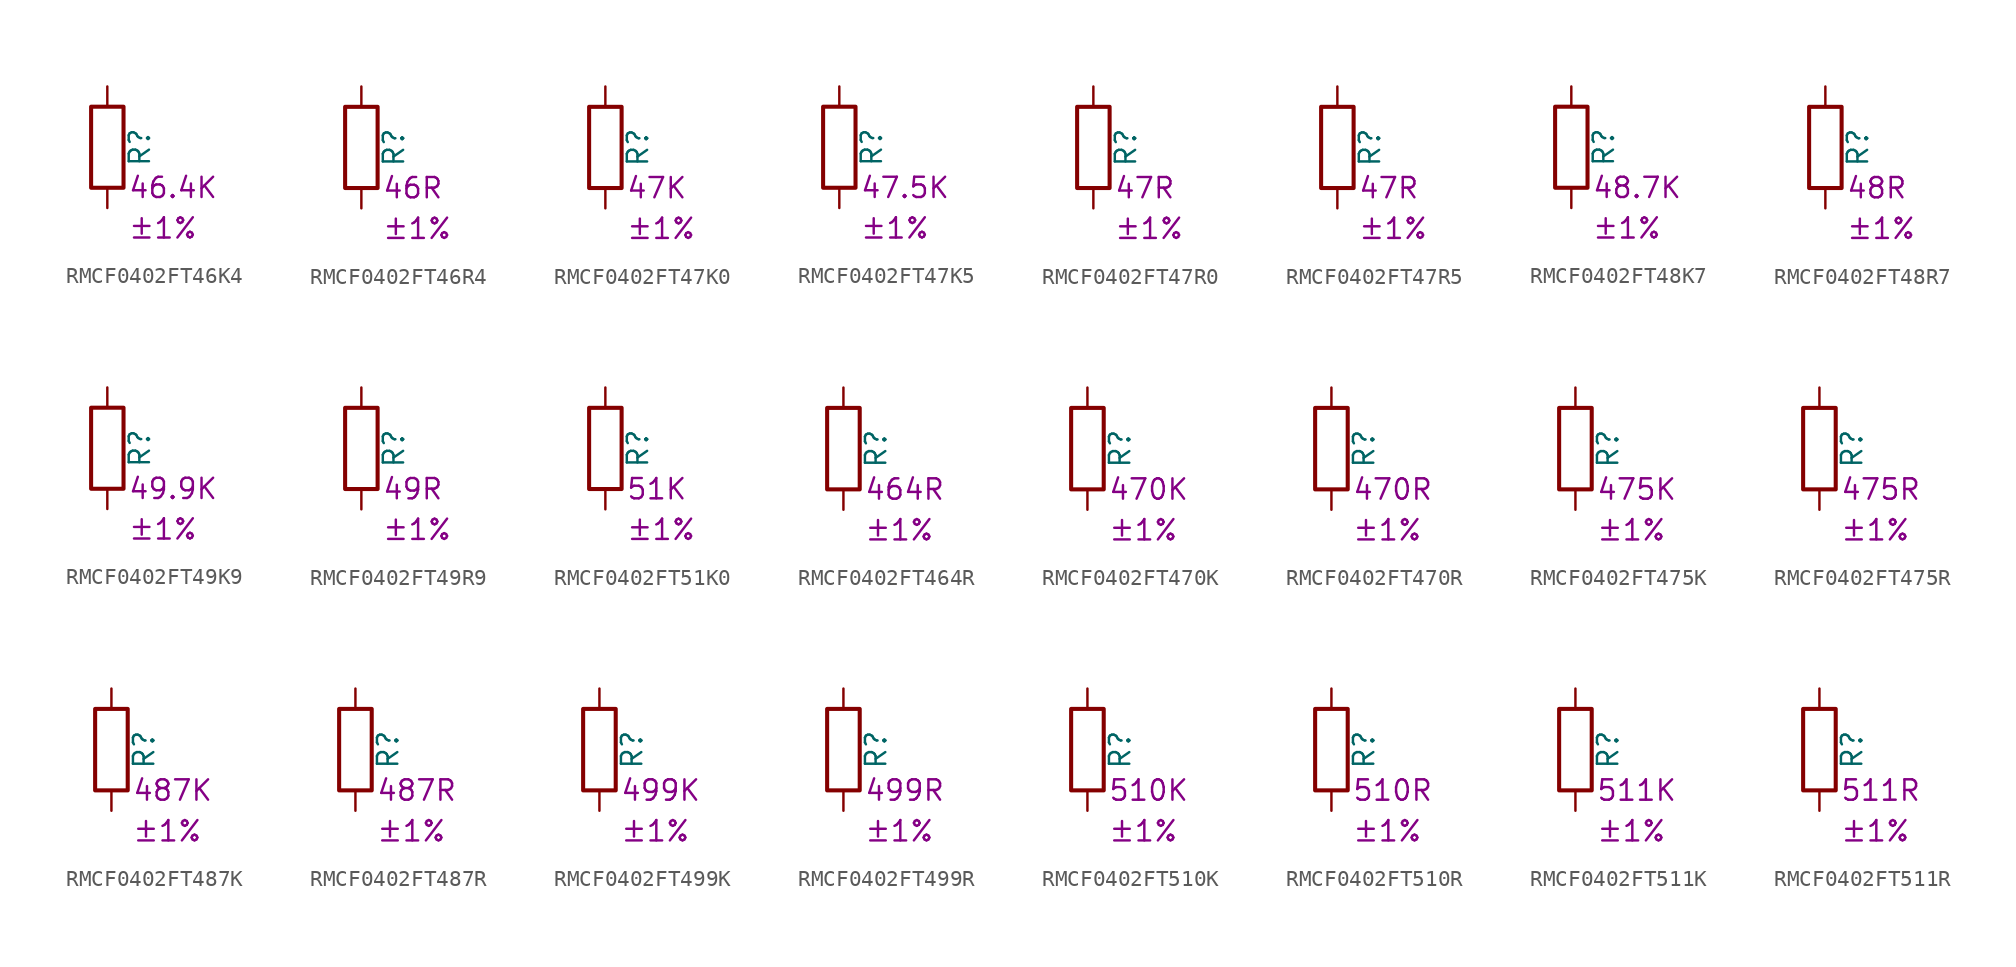
<source format=kicad_sym>
(kicad_symbol_lib
  (version 20220914)
  (generator kicad_symbol_editor)
  (symbol "RMCF0402FT46K4"
    (pin_numbers hide)
    (pin_names
      (offset 0))
    (property "Reference" "R"
      (at 2.032 0 90)
      (effects (font (size 1.27 1.27))))
    (property "Resistance" "46.4K"
      (at 1.27 -2.54 0)
      (effects (font (size 1.27 1.27)) (justify left)))
    (property "Tolerance" "±1%"
      (at 1.27 -5.08 0)
      (effects (font (size 1.27 1.27)) (justify left)))
    (symbol "RMCF0402FT46K4_0_1"
      (rectangle (start -1.016 -2.54) (end 1.016 2.54) (stroke (width 0.254) (type default)) (fill (type none))))
    (symbol "RMCF0402FT46K4_1_1"
      (pin passive line (at 0 3.81 270) (length 1.27) (name "~" (effects (font (size 1.27 1.27)))) (number "1" (effects (font (size 1.27 1.27)))))
      (pin passive line (at 0 -3.81 90) (length 1.27) (name "~" (effects (font (size 1.27 1.27)))) (number "2" (effects (font (size 1.27 1.27)))))))
  (symbol "RMCF0402FT46R4"
    (pin_numbers hide)
    (pin_names
      (offset 0))
    (property "Reference" "R"
      (at 2.032 0 90)
      (effects (font (size 1.27 1.27))))
    (property "Resistance" "46R"
      (at 1.27 -2.54 0)
      (effects (font (size 1.27 1.27)) (justify left)))
    (property "Tolerance" "±1%"
      (at 1.27 -5.08 0)
      (effects (font (size 1.27 1.27)) (justify left)))
    (symbol "RMCF0402FT46R4_0_1"
      (rectangle (start -1.016 -2.54) (end 1.016 2.54) (stroke (width 0.254) (type default)) (fill (type none))))
    (symbol "RMCF0402FT46R4_1_1"
      (pin passive line (at 0 3.81 270) (length 1.27) (name "~" (effects (font (size 1.27 1.27)))) (number "1" (effects (font (size 1.27 1.27)))))
      (pin passive line (at 0 -3.81 90) (length 1.27) (name "~" (effects (font (size 1.27 1.27)))) (number "2" (effects (font (size 1.27 1.27)))))))
  (symbol "RMCF0402FT47K0"
    (pin_numbers hide)
    (pin_names
      (offset 0))
    (property "Reference" "R"
      (at 2.032 0 90)
      (effects (font (size 1.27 1.27))))
    (property "Resistance" "47K"
      (at 1.27 -2.54 0)
      (effects (font (size 1.27 1.27)) (justify left)))
    (property "Tolerance" "±1%"
      (at 1.27 -5.08 0)
      (effects (font (size 1.27 1.27)) (justify left)))
    (symbol "RMCF0402FT47K0_0_1"
      (rectangle (start -1.016 -2.54) (end 1.016 2.54) (stroke (width 0.254) (type default)) (fill (type none))))
    (symbol "RMCF0402FT47K0_1_1"
      (pin passive line (at 0 3.81 270) (length 1.27) (name "~" (effects (font (size 1.27 1.27)))) (number "1" (effects (font (size 1.27 1.27)))))
      (pin passive line (at 0 -3.81 90) (length 1.27) (name "~" (effects (font (size 1.27 1.27)))) (number "2" (effects (font (size 1.27 1.27)))))))
  (symbol "RMCF0402FT47K5"
    (pin_numbers hide)
    (pin_names
      (offset 0))
    (property "Reference" "R"
      (at 2.032 0 90)
      (effects (font (size 1.27 1.27))))
    (property "Resistance" "47.5K"
      (at 1.27 -2.54 0)
      (effects (font (size 1.27 1.27)) (justify left)))
    (property "Tolerance" "±1%"
      (at 1.27 -5.08 0)
      (effects (font (size 1.27 1.27)) (justify left)))
    (symbol "RMCF0402FT47K5_0_1"
      (rectangle (start -1.016 -2.54) (end 1.016 2.54) (stroke (width 0.254) (type default)) (fill (type none))))
    (symbol "RMCF0402FT47K5_1_1"
      (pin passive line (at 0 3.81 270) (length 1.27) (name "~" (effects (font (size 1.27 1.27)))) (number "1" (effects (font (size 1.27 1.27)))))
      (pin passive line (at 0 -3.81 90) (length 1.27) (name "~" (effects (font (size 1.27 1.27)))) (number "2" (effects (font (size 1.27 1.27)))))))
  (symbol "RMCF0402FT47R0"
    (pin_numbers hide)
    (pin_names
      (offset 0))
    (property "Reference" "R"
      (at 2.032 0 90)
      (effects (font (size 1.27 1.27))))
    (property "Resistance" "47R"
      (at 1.27 -2.54 0)
      (effects (font (size 1.27 1.27)) (justify left)))
    (property "Tolerance" "±1%"
      (at 1.27 -5.08 0)
      (effects (font (size 1.27 1.27)) (justify left)))
    (symbol "RMCF0402FT47R0_0_1"
      (rectangle (start -1.016 -2.54) (end 1.016 2.54) (stroke (width 0.254) (type default)) (fill (type none))))
    (symbol "RMCF0402FT47R0_1_1"
      (pin passive line (at 0 3.81 270) (length 1.27) (name "~" (effects (font (size 1.27 1.27)))) (number "1" (effects (font (size 1.27 1.27)))))
      (pin passive line (at 0 -3.81 90) (length 1.27) (name "~" (effects (font (size 1.27 1.27)))) (number "2" (effects (font (size 1.27 1.27)))))))
  (symbol "RMCF0402FT47R5"
    (pin_numbers hide)
    (pin_names
      (offset 0))
    (property "Reference" "R"
      (at 2.032 0 90)
      (effects (font (size 1.27 1.27))))
    (property "Resistance" "47R"
      (at 1.27 -2.54 0)
      (effects (font (size 1.27 1.27)) (justify left)))
    (property "Tolerance" "±1%"
      (at 1.27 -5.08 0)
      (effects (font (size 1.27 1.27)) (justify left)))
    (symbol "RMCF0402FT47R5_0_1"
      (rectangle (start -1.016 -2.54) (end 1.016 2.54) (stroke (width 0.254) (type default)) (fill (type none))))
    (symbol "RMCF0402FT47R5_1_1"
      (pin passive line (at 0 3.81 270) (length 1.27) (name "~" (effects (font (size 1.27 1.27)))) (number "1" (effects (font (size 1.27 1.27)))))
      (pin passive line (at 0 -3.81 90) (length 1.27) (name "~" (effects (font (size 1.27 1.27)))) (number "2" (effects (font (size 1.27 1.27)))))))
  (symbol "RMCF0402FT48K7"
    (pin_numbers hide)
    (pin_names
      (offset 0))
    (property "Reference" "R"
      (at 2.032 0 90)
      (effects (font (size 1.27 1.27))))
    (property "Resistance" "48.7K"
      (at 1.27 -2.54 0)
      (effects (font (size 1.27 1.27)) (justify left)))
    (property "Tolerance" "±1%"
      (at 1.27 -5.08 0)
      (effects (font (size 1.27 1.27)) (justify left)))
    (symbol "RMCF0402FT48K7_0_1"
      (rectangle (start -1.016 -2.54) (end 1.016 2.54) (stroke (width 0.254) (type default)) (fill (type none))))
    (symbol "RMCF0402FT48K7_1_1"
      (pin passive line (at 0 3.81 270) (length 1.27) (name "~" (effects (font (size 1.27 1.27)))) (number "1" (effects (font (size 1.27 1.27)))))
      (pin passive line (at 0 -3.81 90) (length 1.27) (name "~" (effects (font (size 1.27 1.27)))) (number "2" (effects (font (size 1.27 1.27)))))))
  (symbol "RMCF0402FT48R7"
    (pin_numbers hide)
    (pin_names
      (offset 0))
    (property "Reference" "R"
      (at 2.032 0 90)
      (effects (font (size 1.27 1.27))))
    (property "Resistance" "48R"
      (at 1.27 -2.54 0)
      (effects (font (size 1.27 1.27)) (justify left)))
    (property "Tolerance" "±1%"
      (at 1.27 -5.08 0)
      (effects (font (size 1.27 1.27)) (justify left)))
    (symbol "RMCF0402FT48R7_0_1"
      (rectangle (start -1.016 -2.54) (end 1.016 2.54) (stroke (width 0.254) (type default)) (fill (type none))))
    (symbol "RMCF0402FT48R7_1_1"
      (pin passive line (at 0 3.81 270) (length 1.27) (name "~" (effects (font (size 1.27 1.27)))) (number "1" (effects (font (size 1.27 1.27)))))
      (pin passive line (at 0 -3.81 90) (length 1.27) (name "~" (effects (font (size 1.27 1.27)))) (number "2" (effects (font (size 1.27 1.27)))))))
  (symbol "RMCF0402FT49K9"
    (pin_numbers hide)
    (pin_names
      (offset 0))
    (property "Reference" "R"
      (at 2.032 0 90)
      (effects (font (size 1.27 1.27))))
    (property "Resistance" "49.9K"
      (at 1.27 -2.54 0)
      (effects (font (size 1.27 1.27)) (justify left)))
    (property "Tolerance" "±1%"
      (at 1.27 -5.08 0)
      (effects (font (size 1.27 1.27)) (justify left)))
    (symbol "RMCF0402FT49K9_0_1"
      (rectangle (start -1.016 -2.54) (end 1.016 2.54) (stroke (width 0.254) (type default)) (fill (type none))))
    (symbol "RMCF0402FT49K9_1_1"
      (pin passive line (at 0 3.81 270) (length 1.27) (name "~" (effects (font (size 1.27 1.27)))) (number "1" (effects (font (size 1.27 1.27)))))
      (pin passive line (at 0 -3.81 90) (length 1.27) (name "~" (effects (font (size 1.27 1.27)))) (number "2" (effects (font (size 1.27 1.27)))))))
  (symbol "RMCF0402FT49R9"
    (pin_numbers hide)
    (pin_names
      (offset 0))
    (property "Reference" "R"
      (at 2.032 0 90)
      (effects (font (size 1.27 1.27))))
    (property "Resistance" "49R"
      (at 1.27 -2.54 0)
      (effects (font (size 1.27 1.27)) (justify left)))
    (property "Tolerance" "±1%"
      (at 1.27 -5.08 0)
      (effects (font (size 1.27 1.27)) (justify left)))
    (symbol "RMCF0402FT49R9_0_1"
      (rectangle (start -1.016 -2.54) (end 1.016 2.54) (stroke (width 0.254) (type default)) (fill (type none))))
    (symbol "RMCF0402FT49R9_1_1"
      (pin passive line (at 0 3.81 270) (length 1.27) (name "~" (effects (font (size 1.27 1.27)))) (number "1" (effects (font (size 1.27 1.27)))))
      (pin passive line (at 0 -3.81 90) (length 1.27) (name "~" (effects (font (size 1.27 1.27)))) (number "2" (effects (font (size 1.27 1.27)))))))
  (symbol "RMCF0402FT51K0"
    (pin_numbers hide)
    (pin_names
      (offset 0))
    (property "Reference" "R"
      (at 2.032 0 90)
      (effects (font (size 1.27 1.27))))
    (property "Resistance" "51K"
      (at 1.27 -2.54 0)
      (effects (font (size 1.27 1.27)) (justify left)))
    (property "Tolerance" "±1%"
      (at 1.27 -5.08 0)
      (effects (font (size 1.27 1.27)) (justify left)))
    (symbol "RMCF0402FT51K0_0_1"
      (rectangle (start -1.016 -2.54) (end 1.016 2.54) (stroke (width 0.254) (type default)) (fill (type none))))
    (symbol "RMCF0402FT51K0_1_1"
      (pin passive line (at 0 3.81 270) (length 1.27) (name "~" (effects (font (size 1.27 1.27)))) (number "1" (effects (font (size 1.27 1.27)))))
      (pin passive line (at 0 -3.81 90) (length 1.27) (name "~" (effects (font (size 1.27 1.27)))) (number "2" (effects (font (size 1.27 1.27)))))))
  (symbol "RMCF0402FT464R"
    (pin_numbers hide)
    (pin_names
      (offset 0))
    (property "Reference" "R"
      (at 2.032 0 90)
      (effects (font (size 1.27 1.27))))
    (property "Resistance" "464R"
      (at 1.27 -2.54 0)
      (effects (font (size 1.27 1.27)) (justify left)))
    (property "Tolerance" "±1%"
      (at 1.27 -5.08 0)
      (effects (font (size 1.27 1.27)) (justify left)))
    (symbol "RMCF0402FT464R_0_1"
      (rectangle (start -1.016 -2.54) (end 1.016 2.54) (stroke (width 0.254) (type default)) (fill (type none))))
    (symbol "RMCF0402FT464R_1_1"
      (pin passive line (at 0 3.81 270) (length 1.27) (name "~" (effects (font (size 1.27 1.27)))) (number "1" (effects (font (size 1.27 1.27)))))
      (pin passive line (at 0 -3.81 90) (length 1.27) (name "~" (effects (font (size 1.27 1.27)))) (number "2" (effects (font (size 1.27 1.27)))))))
  (symbol "RMCF0402FT470K"
    (pin_numbers hide)
    (pin_names
      (offset 0))
    (property "Reference" "R"
      (at 2.032 0 90)
      (effects (font (size 1.27 1.27))))
    (property "Resistance" "470K"
      (at 1.27 -2.54 0)
      (effects (font (size 1.27 1.27)) (justify left)))
    (property "Tolerance" "±1%"
      (at 1.27 -5.08 0)
      (effects (font (size 1.27 1.27)) (justify left)))
    (symbol "RMCF0402FT470K_0_1"
      (rectangle (start -1.016 -2.54) (end 1.016 2.54) (stroke (width 0.254) (type default)) (fill (type none))))
    (symbol "RMCF0402FT470K_1_1"
      (pin passive line (at 0 3.81 270) (length 1.27) (name "~" (effects (font (size 1.27 1.27)))) (number "1" (effects (font (size 1.27 1.27)))))
      (pin passive line (at 0 -3.81 90) (length 1.27) (name "~" (effects (font (size 1.27 1.27)))) (number "2" (effects (font (size 1.27 1.27)))))))
  (symbol "RMCF0402FT470R"
    (pin_numbers hide)
    (pin_names
      (offset 0))
    (property "Reference" "R"
      (at 2.032 0 90)
      (effects (font (size 1.27 1.27))))
    (property "Resistance" "470R"
      (at 1.27 -2.54 0)
      (effects (font (size 1.27 1.27)) (justify left)))
    (property "Tolerance" "±1%"
      (at 1.27 -5.08 0)
      (effects (font (size 1.27 1.27)) (justify left)))
    (symbol "RMCF0402FT470R_0_1"
      (rectangle (start -1.016 -2.54) (end 1.016 2.54) (stroke (width 0.254) (type default)) (fill (type none))))
    (symbol "RMCF0402FT470R_1_1"
      (pin passive line (at 0 3.81 270) (length 1.27) (name "~" (effects (font (size 1.27 1.27)))) (number "1" (effects (font (size 1.27 1.27)))))
      (pin passive line (at 0 -3.81 90) (length 1.27) (name "~" (effects (font (size 1.27 1.27)))) (number "2" (effects (font (size 1.27 1.27)))))))
  (symbol "RMCF0402FT475K"
    (pin_numbers hide)
    (pin_names
      (offset 0))
    (property "Reference" "R"
      (at 2.032 0 90)
      (effects (font (size 1.27 1.27))))
    (property "Resistance" "475K"
      (at 1.27 -2.54 0)
      (effects (font (size 1.27 1.27)) (justify left)))
    (property "Tolerance" "±1%"
      (at 1.27 -5.08 0)
      (effects (font (size 1.27 1.27)) (justify left)))
    (symbol "RMCF0402FT475K_0_1"
      (rectangle (start -1.016 -2.54) (end 1.016 2.54) (stroke (width 0.254) (type default)) (fill (type none))))
    (symbol "RMCF0402FT475K_1_1"
      (pin passive line (at 0 3.81 270) (length 1.27) (name "~" (effects (font (size 1.27 1.27)))) (number "1" (effects (font (size 1.27 1.27)))))
      (pin passive line (at 0 -3.81 90) (length 1.27) (name "~" (effects (font (size 1.27 1.27)))) (number "2" (effects (font (size 1.27 1.27)))))))
  (symbol "RMCF0402FT475R"
    (pin_numbers hide)
    (pin_names
      (offset 0))
    (property "Reference" "R"
      (at 2.032 0 90)
      (effects (font (size 1.27 1.27))))
    (property "Resistance" "475R"
      (at 1.27 -2.54 0)
      (effects (font (size 1.27 1.27)) (justify left)))
    (property "Tolerance" "±1%"
      (at 1.27 -5.08 0)
      (effects (font (size 1.27 1.27)) (justify left)))
    (symbol "RMCF0402FT475R_0_1"
      (rectangle (start -1.016 -2.54) (end 1.016 2.54) (stroke (width 0.254) (type default)) (fill (type none))))
    (symbol "RMCF0402FT475R_1_1"
      (pin passive line (at 0 3.81 270) (length 1.27) (name "~" (effects (font (size 1.27 1.27)))) (number "1" (effects (font (size 1.27 1.27)))))
      (pin passive line (at 0 -3.81 90) (length 1.27) (name "~" (effects (font (size 1.27 1.27)))) (number "2" (effects (font (size 1.27 1.27)))))))
  (symbol "RMCF0402FT487K"
    (pin_numbers hide)
    (pin_names
      (offset 0))
    (property "Reference" "R"
      (at 2.032 0 90)
      (effects (font (size 1.27 1.27))))
    (property "Resistance" "487K"
      (at 1.27 -2.54 0)
      (effects (font (size 1.27 1.27)) (justify left)))
    (property "Tolerance" "±1%"
      (at 1.27 -5.08 0)
      (effects (font (size 1.27 1.27)) (justify left)))
    (symbol "RMCF0402FT487K_0_1"
      (rectangle (start -1.016 -2.54) (end 1.016 2.54) (stroke (width 0.254) (type default)) (fill (type none))))
    (symbol "RMCF0402FT487K_1_1"
      (pin passive line (at 0 3.81 270) (length 1.27) (name "~" (effects (font (size 1.27 1.27)))) (number "1" (effects (font (size 1.27 1.27)))))
      (pin passive line (at 0 -3.81 90) (length 1.27) (name "~" (effects (font (size 1.27 1.27)))) (number "2" (effects (font (size 1.27 1.27)))))))
  (symbol "RMCF0402FT487R"
    (pin_numbers hide)
    (pin_names
      (offset 0))
    (property "Reference" "R"
      (at 2.032 0 90)
      (effects (font (size 1.27 1.27))))
    (property "Resistance" "487R"
      (at 1.27 -2.54 0)
      (effects (font (size 1.27 1.27)) (justify left)))
    (property "Tolerance" "±1%"
      (at 1.27 -5.08 0)
      (effects (font (size 1.27 1.27)) (justify left)))
    (symbol "RMCF0402FT487R_0_1"
      (rectangle (start -1.016 -2.54) (end 1.016 2.54) (stroke (width 0.254) (type default)) (fill (type none))))
    (symbol "RMCF0402FT487R_1_1"
      (pin passive line (at 0 3.81 270) (length 1.27) (name "~" (effects (font (size 1.27 1.27)))) (number "1" (effects (font (size 1.27 1.27)))))
      (pin passive line (at 0 -3.81 90) (length 1.27) (name "~" (effects (font (size 1.27 1.27)))) (number "2" (effects (font (size 1.27 1.27)))))))
  (symbol "RMCF0402FT499K"
    (pin_numbers hide)
    (pin_names
      (offset 0))
    (property "Reference" "R"
      (at 2.032 0 90)
      (effects (font (size 1.27 1.27))))
    (property "Resistance" "499K"
      (at 1.27 -2.54 0)
      (effects (font (size 1.27 1.27)) (justify left)))
    (property "Tolerance" "±1%"
      (at 1.27 -5.08 0)
      (effects (font (size 1.27 1.27)) (justify left)))
    (symbol "RMCF0402FT499K_0_1"
      (rectangle (start -1.016 -2.54) (end 1.016 2.54) (stroke (width 0.254) (type default)) (fill (type none))))
    (symbol "RMCF0402FT499K_1_1"
      (pin passive line (at 0 3.81 270) (length 1.27) (name "~" (effects (font (size 1.27 1.27)))) (number "1" (effects (font (size 1.27 1.27)))))
      (pin passive line (at 0 -3.81 90) (length 1.27) (name "~" (effects (font (size 1.27 1.27)))) (number "2" (effects (font (size 1.27 1.27)))))))
  (symbol "RMCF0402FT499R"
    (pin_numbers hide)
    (pin_names
      (offset 0))
    (property "Reference" "R"
      (at 2.032 0 90)
      (effects (font (size 1.27 1.27))))
    (property "Resistance" "499R"
      (at 1.27 -2.54 0)
      (effects (font (size 1.27 1.27)) (justify left)))
    (property "Tolerance" "±1%"
      (at 1.27 -5.08 0)
      (effects (font (size 1.27 1.27)) (justify left)))
    (symbol "RMCF0402FT499R_0_1"
      (rectangle (start -1.016 -2.54) (end 1.016 2.54) (stroke (width 0.254) (type default)) (fill (type none))))
    (symbol "RMCF0402FT499R_1_1"
      (pin passive line (at 0 3.81 270) (length 1.27) (name "~" (effects (font (size 1.27 1.27)))) (number "1" (effects (font (size 1.27 1.27)))))
      (pin passive line (at 0 -3.81 90) (length 1.27) (name "~" (effects (font (size 1.27 1.27)))) (number "2" (effects (font (size 1.27 1.27)))))))
  (symbol "RMCF0402FT510K"
    (pin_numbers hide)
    (pin_names
      (offset 0))
    (property "Reference" "R"
      (at 2.032 0 90)
      (effects (font (size 1.27 1.27))))
    (property "Resistance" "510K"
      (at 1.27 -2.54 0)
      (effects (font (size 1.27 1.27)) (justify left)))
    (property "Tolerance" "±1%"
      (at 1.27 -5.08 0)
      (effects (font (size 1.27 1.27)) (justify left)))
    (symbol "RMCF0402FT510K_0_1"
      (rectangle (start -1.016 -2.54) (end 1.016 2.54) (stroke (width 0.254) (type default)) (fill (type none))))
    (symbol "RMCF0402FT510K_1_1"
      (pin passive line (at 0 3.81 270) (length 1.27) (name "~" (effects (font (size 1.27 1.27)))) (number "1" (effects (font (size 1.27 1.27)))))
      (pin passive line (at 0 -3.81 90) (length 1.27) (name "~" (effects (font (size 1.27 1.27)))) (number "2" (effects (font (size 1.27 1.27)))))))
  (symbol "RMCF0402FT510R"
    (pin_numbers hide)
    (pin_names
      (offset 0))
    (property "Reference" "R"
      (at 2.032 0 90)
      (effects (font (size 1.27 1.27))))
    (property "Resistance" "510R"
      (at 1.27 -2.54 0)
      (effects (font (size 1.27 1.27)) (justify left)))
    (property "Tolerance" "±1%"
      (at 1.27 -5.08 0)
      (effects (font (size 1.27 1.27)) (justify left)))
    (symbol "RMCF0402FT510R_0_1"
      (rectangle (start -1.016 -2.54) (end 1.016 2.54) (stroke (width 0.254) (type default)) (fill (type none))))
    (symbol "RMCF0402FT510R_1_1"
      (pin passive line (at 0 3.81 270) (length 1.27) (name "~" (effects (font (size 1.27 1.27)))) (number "1" (effects (font (size 1.27 1.27)))))
      (pin passive line (at 0 -3.81 90) (length 1.27) (name "~" (effects (font (size 1.27 1.27)))) (number "2" (effects (font (size 1.27 1.27)))))))
  (symbol "RMCF0402FT511K"
    (pin_numbers hide)
    (pin_names
      (offset 0))
    (property "Reference" "R"
      (at 2.032 0 90)
      (effects (font (size 1.27 1.27))))
    (property "Resistance" "511K"
      (at 1.27 -2.54 0)
      (effects (font (size 1.27 1.27)) (justify left)))
    (property "Tolerance" "±1%"
      (at 1.27 -5.08 0)
      (effects (font (size 1.27 1.27)) (justify left)))
    (symbol "RMCF0402FT511K_0_1"
      (rectangle (start -1.016 -2.54) (end 1.016 2.54) (stroke (width 0.254) (type default)) (fill (type none))))
    (symbol "RMCF0402FT511K_1_1"
      (pin passive line (at 0 3.81 270) (length 1.27) (name "~" (effects (font (size 1.27 1.27)))) (number "1" (effects (font (size 1.27 1.27)))))
      (pin passive line (at 0 -3.81 90) (length 1.27) (name "~" (effects (font (size 1.27 1.27)))) (number "2" (effects (font (size 1.27 1.27)))))))
  (symbol "RMCF0402FT511R"
    (pin_numbers hide)
    (pin_names
      (offset 0))
    (property "Reference" "R"
      (at 2.032 0 90)
      (effects (font (size 1.27 1.27))))
    (property "Resistance" "511R"
      (at 1.27 -2.54 0)
      (effects (font (size 1.27 1.27)) (justify left)))
    (property "Tolerance" "±1%"
      (at 1.27 -5.08 0)
      (effects (font (size 1.27 1.27)) (justify left)))
    (symbol "RMCF0402FT511R_0_1"
      (rectangle (start -1.016 -2.54) (end 1.016 2.54) (stroke (width 0.254) (type default)) (fill (type none))))
    (symbol "RMCF0402FT511R_1_1"
      (pin passive line (at 0 3.81 270) (length 1.27) (name "~" (effects (font (size 1.27 1.27)))) (number "1" (effects (font (size 1.27 1.27)))))
      (pin passive line (at 0 -3.81 90) (length 1.27) (name "~" (effects (font (size 1.27 1.27)))) (number "2" (effects (font (size 1.27 1.27))))))))
</source>
